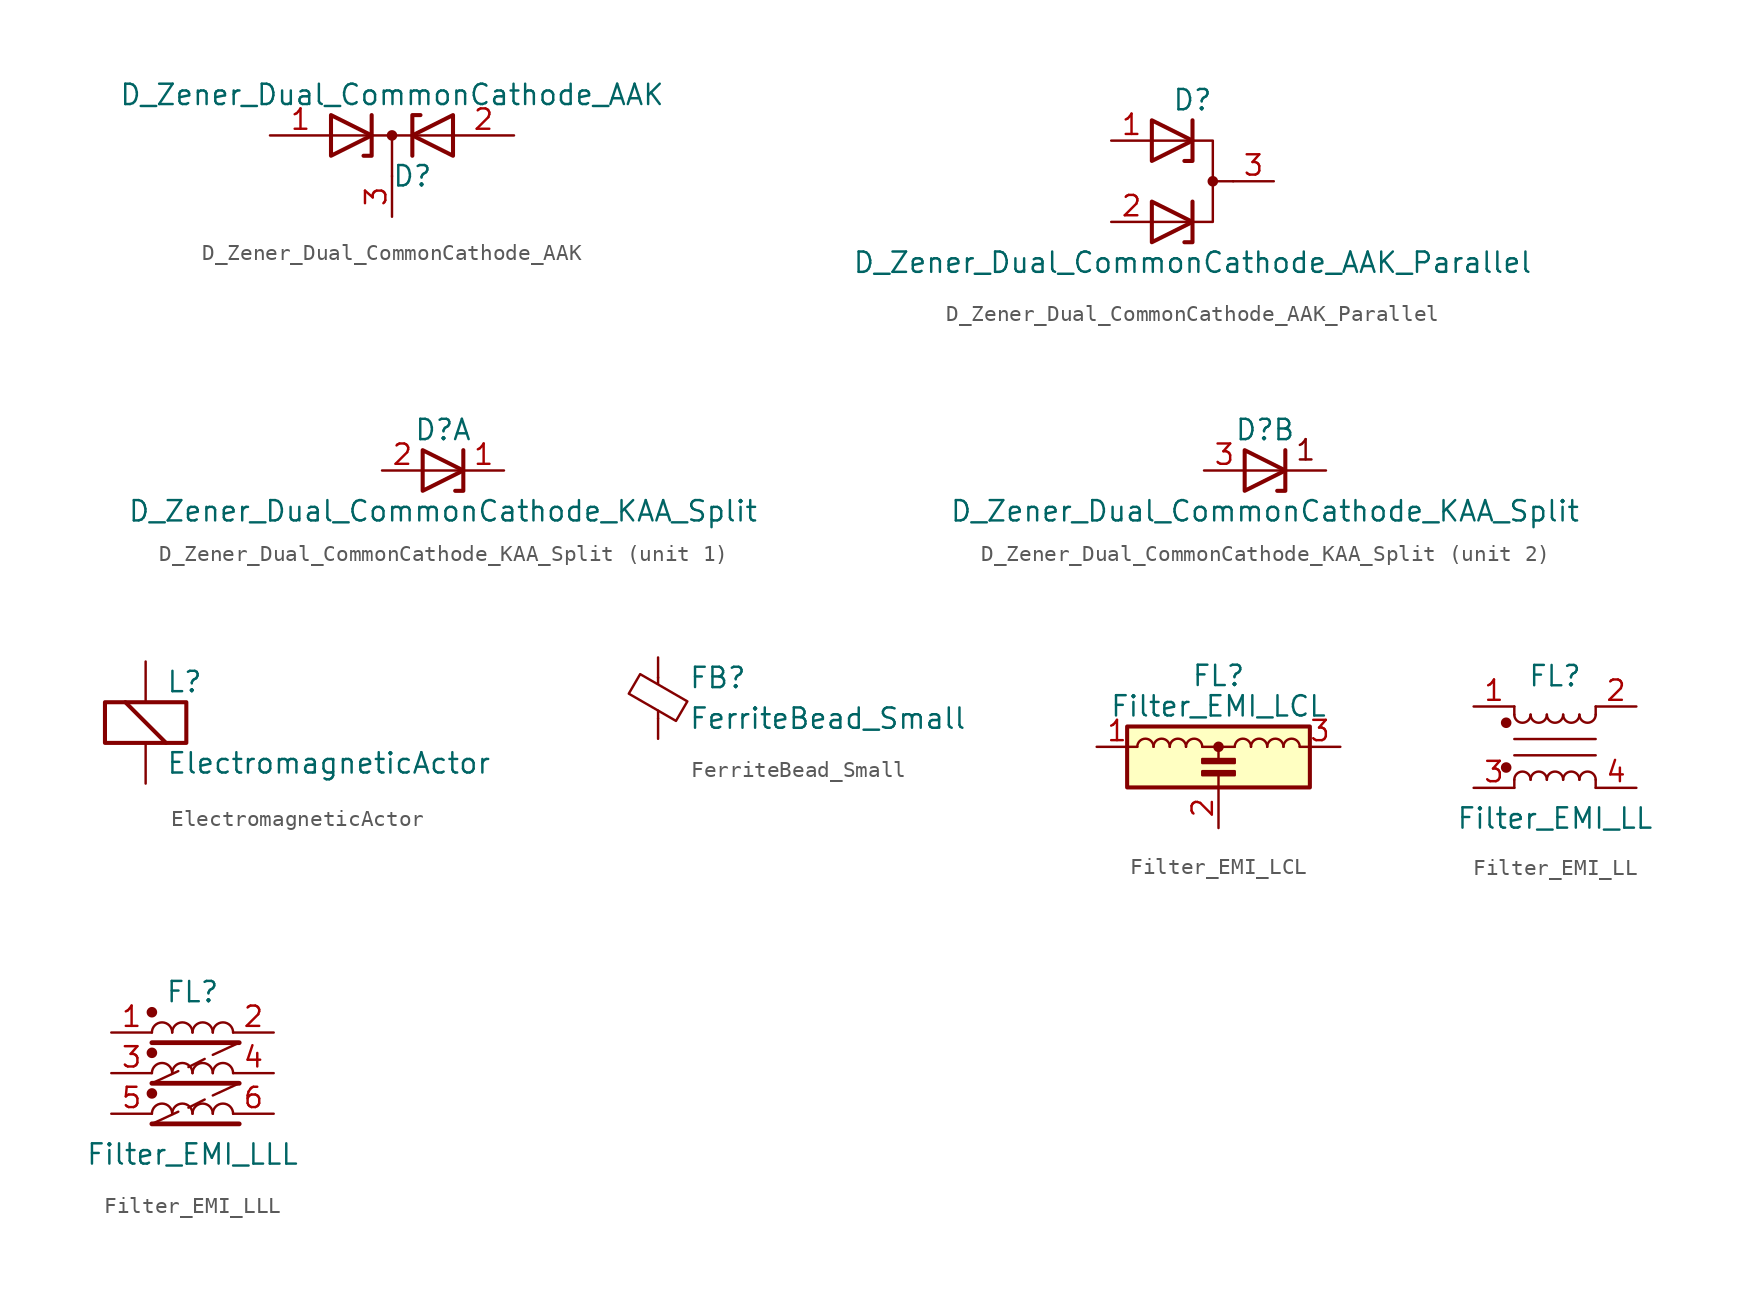
<source format=kicad_sym>
(kicad_symbol_lib
  (version 20220914)
  (generator kicad_symbol_editor)
  (symbol "D_Zener_Dual_CommonCathode_AAK"
    (pin_names
      (offset 0.762) hide)
    (property "Reference" "D"
      (at 1.27 -2.54 0)
      (effects (font (size 1.27 1.27))))
    (property "Value" "D_Zener_Dual_CommonCathode_AAK"
      (at 0 2.54 0)
      (effects (font (size 1.27 1.27))))
    (symbol "D_Zener_Dual_CommonCathode_AAK_0_1"
      (polyline (pts (xy -3.81 0) (xy 3.81 0)) (stroke (width 0) (type default)) (fill (type none)))
      (polyline (pts (xy 0 0) (xy 0 -2.54)) (stroke (width 0) (type default)) (fill (type none)))
      (polyline (pts (xy -1.27 1.27) (xy -1.27 -1.27) (xy -1.778 -1.27)) (stroke (width 0.254) (type default)) (fill (type none)))
      (polyline (pts (xy 1.27 -1.27) (xy 1.27 1.27) (xy 1.778 1.27)) (stroke (width 0.254) (type default)) (fill (type none)))
      (polyline (pts (xy -3.81 1.27) (xy -1.27 0) (xy -3.81 -1.27) (xy -3.81 1.27) (xy -3.81 1.27) (xy -3.81 1.27)) (stroke (width 0.254) (type default)) (fill (type none)))
      (polyline (pts (xy 3.81 -1.27) (xy 1.27 0) (xy 3.81 1.27) (xy 3.81 -1.27) (xy 3.81 -1.27) (xy 3.81 -1.27)) (stroke (width 0.254) (type default)) (fill (type none)))
      (circle (center 0 0) (radius 0.254) (stroke (width 0) (type default)) (fill (type outline)))
      (pin passive line (at -7.62 0 0) (length 3.81) (name "A" (effects (font (size 1.27 1.27)))) (number "1" (effects (font (size 1.27 1.27)))))
      (pin passive line (at 7.62 0 180) (length 3.81) (name "A" (effects (font (size 1.27 1.27)))) (number "2" (effects (font (size 1.27 1.27)))))
      (pin passive line (at 0 -5.08 90) (length 2.54) (name "K" (effects (font (size 1.27 1.27)))) (number "3" (effects (font (size 1.27 1.27)))))))
  (symbol "D_Zener_Dual_CommonCathode_AAK_Parallel"
    (pin_names
      (offset 0.762) hide)
    (property "Reference" "D"
      (at 0 5.08 0)
      (effects (font (size 1.27 1.27))))
    (property "Value" "D_Zener_Dual_CommonCathode_AAK_Parallel"
      (at 0 -5.08 0)
      (effects (font (size 1.27 1.27))))
    (symbol "D_Zener_Dual_CommonCathode_AAK_Parallel_0_0"
      (polyline (pts (xy 0 -1.27) (xy 0 -3.81) (xy -0.508 -3.81)) (stroke (width 0.254) (type default)) (fill (type none)))
      (polyline (pts (xy 0 3.81) (xy 0 1.27) (xy -0.508 1.27)) (stroke (width 0.254) (type default)) (fill (type none))))
    (symbol "D_Zener_Dual_CommonCathode_AAK_Parallel_0_1"
      (polyline (pts (xy 1.27 0) (xy 2.54 0)) (stroke (width 0) (type default)) (fill (type none)))
      (polyline (pts (xy -2.54 -2.54) (xy 1.27 -2.54) (xy 1.27 2.54) (xy -2.54 2.54)) (stroke (width 0) (type default)) (fill (type none)))
      (polyline (pts (xy -2.54 -1.27) (xy 0 -2.54) (xy -2.54 -3.81) (xy -2.54 -1.27) (xy -2.54 -1.27) (xy -2.54 -1.27)) (stroke (width 0.254) (type default)) (fill (type none)))
      (polyline (pts (xy -2.54 3.81) (xy 0 2.54) (xy -2.54 1.27) (xy -2.54 3.81) (xy -2.54 3.81) (xy -2.54 3.81)) (stroke (width 0.254) (type default)) (fill (type none)))
      (circle (center 1.27 0) (radius 0.254) (stroke (width 0) (type default)) (fill (type outline)))
      (pin passive line (at -5.08 2.54 0) (length 2.54) (name "K" (effects (font (size 1.27 1.27)))) (number "1" (effects (font (size 1.27 1.27)))))
      (pin passive line (at -5.08 -2.54 0) (length 2.54) (name "K" (effects (font (size 1.27 1.27)))) (number "2" (effects (font (size 1.27 1.27)))))
      (pin passive line (at 5.08 0 180) (length 2.54) (name "A" (effects (font (size 1.27 1.27)))) (number "3" (effects (font (size 1.27 1.27)))))))
  (symbol "D_Zener_Dual_CommonCathode_KAA_Split"
    (pin_names
      (offset 0.762) hide)
    (property "Reference" "D"
      (at 0 2.54 0)
      (effects (font (size 1.27 1.27))))
    (property "Value" "D_Zener_Dual_CommonCathode_KAA_Split"
      (at 0 -2.54 0)
      (effects (font (size 1.27 1.27))))
    (property "ki_locked" ""
      (at 0 0 0)
      (effects (font (size 1.27 1.27))))
    (symbol "D_Zener_Dual_CommonCathode_KAA_Split_0_0"
      (polyline (pts (xy 1.27 1.27) (xy 1.27 -1.27) (xy 0.762 -1.27)) (stroke (width 0.254) (type default)) (fill (type none))))
    (symbol "D_Zener_Dual_CommonCathode_KAA_Split_0_1"
      (polyline (pts (xy -1.27 1.27) (xy 1.27 0) (xy -1.27 -1.27) (xy -1.27 1.27) (xy -1.27 1.27) (xy -1.27 1.27)) (stroke (width 0.254) (type default)) (fill (type none))))
    (symbol "D_Zener_Dual_CommonCathode_KAA_Split_1_1"
      (polyline (pts (xy 1.27 0) (xy -1.27 0)) (stroke (width 0) (type default)) (fill (type none)))
      (pin passive line (at 3.81 0 180) (length 2.54) (name "K" (effects (font (size 1.27 1.27)))) (number "1" (effects (font (size 1.27 1.27)))))
      (pin passive line (at -3.81 0 0) (length 2.54) (name "A" (effects (font (size 1.27 1.27)))) (number "2" (effects (font (size 1.27 1.27))))))
    (symbol "D_Zener_Dual_CommonCathode_KAA_Split_2_0"
      (polyline (pts (xy 3.81 0) (xy -1.27 0)) (stroke (width 0) (type default)) (fill (type none)))
      (text "1" (at 2.54 1.27 0) (effects (font (size 1.27 1.27)))))
    (symbol "D_Zener_Dual_CommonCathode_KAA_Split_2_1"
      (pin passive line (at -3.81 0 0) (length 2.54) (name "K" (effects (font (size 1.27 1.27)))) (number "3" (effects (font (size 1.27 1.27)))))))
  (symbol "ElectromagneticActor"
    (pin_numbers hide)
    (pin_names
      (offset 0.025) hide)
    (property "Reference" "L"
      (at 1.27 3.81 0)
      (effects (font (size 1.27 1.27)) (justify left)))
    (property "Value" "ElectromagneticActor"
      (at 1.27 -1.27 0)
      (effects (font (size 1.27 1.27)) (justify left)))
    (symbol "ElectromagneticActor_0_1"
      (rectangle (start -2.54 2.54) (end 2.54 0) (stroke (width 0.254) (type default)) (fill (type none)))
      (polyline (pts (xy -1.27 2.54) (xy 1.27 0)) (stroke (width 0.254) (type default)) (fill (type none))))
    (symbol "ElectromagneticActor_1_1"
      (pin passive line (at 0 5.08 270) (length 2.54) (name "-" (effects (font (size 1.27 1.27)))) (number "1" (effects (font (size 1.27 1.27)))))
      (pin passive line (at 0 -2.54 90) (length 2.54) (name "+" (effects (font (size 1.27 1.27)))) (number "2" (effects (font (size 1.27 1.27)))))))
  (symbol "FerriteBead_Small"
    (pin_numbers hide)
    (pin_names
      (offset 0))
    (property "Reference" "FB"
      (at 1.905 1.27 0)
      (effects (font (size 1.27 1.27)) (justify left)))
    (property "Value" "FerriteBead_Small"
      (at 1.905 -1.27 0)
      (effects (font (size 1.27 1.27)) (justify left)))
    (symbol "FerriteBead_Small_0_1"
      (polyline (pts (xy 0 -1.27) (xy 0 -0.787)) (stroke (width 0) (type default)) (fill (type none)))
      (polyline (pts (xy 0 0.889) (xy 0 1.295)) (stroke (width 0) (type default)) (fill (type none)))
      (polyline (pts (xy -1.829 0.279) (xy -1.118 1.499) (xy 1.829 -0.203) (xy 1.118 -1.422) (xy -1.829 0.279)) (stroke (width 0) (type default)) (fill (type none))))
    (symbol "FerriteBead_Small_1_1"
      (pin passive line (at 0 2.54 270) (length 1.27) (name "~" (effects (font (size 1.27 1.27)))) (number "1" (effects (font (size 1.27 1.27)))))
      (pin passive line (at 0 -2.54 90) (length 1.27) (name "~" (effects (font (size 1.27 1.27)))) (number "2" (effects (font (size 1.27 1.27)))))))
  (symbol "Filter_EMI_LCL"
    (pin_names
      (offset 0.254) hide)
    (property "Reference" "FL"
      (at 0 6.985 0)
      (effects (font (size 1.27 1.27))))
    (property "Value" "Filter_EMI_LCL"
      (at 0 5.08 0)
      (effects (font (size 1.27 1.27))))
    (symbol "Filter_EMI_LCL_0_1"
      (rectangle (start -5.715 3.81) (end 5.715 0) (stroke (width 0.254) (type default)) (fill (type background)))
      (arc (start -4.064 2.54) (mid -4.572 3.0458) (end -5.08 2.54) (stroke (width 0) (type default)) (fill (type none)))
      (arc (start -3.048 2.54) (mid -3.556 3.0458) (end -4.064 2.54) (stroke (width 0) (type default)) (fill (type none)))
      (arc (start -2.032 2.54) (mid -2.54 3.0458) (end -3.048 2.54) (stroke (width 0) (type default)) (fill (type none)))
      (rectangle (start -1.016 0.762) (end 1.016 1.016) (stroke (width 0) (type default)) (fill (type outline)))
      (arc (start -1.016 2.54) (mid -1.524 3.0458) (end -2.032 2.54) (stroke (width 0) (type default)) (fill (type none)))
      (polyline (pts (xy -1.016 2.54) (xy 1.016 2.54)) (stroke (width 0) (type default)) (fill (type none)))
      (polyline (pts (xy 0 0.762) (xy 0 0)) (stroke (width 0) (type default)) (fill (type none)))
      (polyline (pts (xy 0 2.54) (xy 0 1.778)) (stroke (width 0) (type default)) (fill (type none)))
      (circle (center 0 2.54) (radius 0.254) (stroke (width 0) (type default)) (fill (type outline)))
      (rectangle (start 1.016 1.524) (end -1.016 1.778) (stroke (width 0) (type default)) (fill (type outline)))
      (arc (start 2.032 2.54) (mid 1.524 3.0458) (end 1.016 2.54) (stroke (width 0) (type default)) (fill (type none)))
      (arc (start 3.048 2.54) (mid 2.54 3.0458) (end 2.032 2.54) (stroke (width 0) (type default)) (fill (type none)))
      (arc (start 4.064 2.54) (mid 3.556 3.0458) (end 3.048 2.54) (stroke (width 0) (type default)) (fill (type none)))
      (arc (start 5.08 2.54) (mid 4.572 3.0458) (end 4.064 2.54) (stroke (width 0) (type default)) (fill (type none))))
    (symbol "Filter_EMI_LCL_1_1"
      (pin passive line (at -7.62 2.54 0) (length 2.54) (name "1" (effects (font (size 1.27 1.27)))) (number "1" (effects (font (size 1.27 1.27)))))
      (pin passive line (at 0 -2.54 90) (length 2.54) (name "2" (effects (font (size 1.27 1.27)))) (number "2" (effects (font (size 1.27 1.27)))))
      (pin passive line (at 7.62 2.54 180) (length 2.54) (name "3" (effects (font (size 1.27 1.27)))) (number "3" (effects (font (size 1.27 1.27)))))))
  (symbol "Filter_EMI_LL"
    (pin_names
      (offset 0.254) hide)
    (property "Reference" "FL"
      (at 0 4.445 0)
      (effects (font (size 1.27 1.27))))
    (property "Value" "Filter_EMI_LL"
      (at 0 -4.445 0)
      (effects (font (size 1.27 1.27))))
    (symbol "Filter_EMI_LL_0_1"
      (circle (center -3.048 -1.27) (radius 0.254) (stroke (width 0) (type default)) (fill (type outline)))
      (circle (center -3.048 1.524) (radius 0.254) (stroke (width 0) (type default)) (fill (type outline)))
      (arc (start -2.54 2.032) (mid -2.032 1.5262) (end -1.524 2.032) (stroke (width 0) (type default)) (fill (type none)))
      (arc (start -1.524 -2.032) (mid -2.032 -1.5262) (end -2.54 -2.032) (stroke (width 0) (type default)) (fill (type none)))
      (arc (start -1.524 2.032) (mid -1.016 1.5262) (end -0.508 2.032) (stroke (width 0) (type default)) (fill (type none)))
      (arc (start -0.508 -2.032) (mid -1.016 -1.5262) (end -1.524 -2.032) (stroke (width 0) (type default)) (fill (type none)))
      (arc (start -0.508 2.032) (mid 0 1.5262) (end 0.508 2.032) (stroke (width 0) (type default)) (fill (type none)))
      (polyline (pts (xy -2.54 -2.032) (xy -2.54 -2.54)) (stroke (width 0) (type default)) (fill (type none)))
      (polyline (pts (xy -2.54 0.508) (xy 2.54 0.508)) (stroke (width 0) (type default)) (fill (type none)))
      (polyline (pts (xy -2.54 2.032) (xy -2.54 2.54)) (stroke (width 0) (type default)) (fill (type none)))
      (polyline (pts (xy 2.54 -2.032) (xy 2.54 -2.54)) (stroke (width 0) (type default)) (fill (type none)))
      (polyline (pts (xy 2.54 -0.508) (xy -2.54 -0.508)) (stroke (width 0) (type default)) (fill (type none)))
      (polyline (pts (xy 2.54 2.54) (xy 2.54 2.032)) (stroke (width 0) (type default)) (fill (type none)))
      (arc (start 0.508 -2.032) (mid 0 -1.5262) (end -0.508 -2.032) (stroke (width 0) (type default)) (fill (type none)))
      (arc (start 0.508 2.032) (mid 1.016 1.5262) (end 1.524 2.032) (stroke (width 0) (type default)) (fill (type none)))
      (arc (start 1.524 -2.032) (mid 1.016 -1.5262) (end 0.508 -2.032) (stroke (width 0) (type default)) (fill (type none)))
      (arc (start 1.524 2.032) (mid 2.032 1.5262) (end 2.54 2.032) (stroke (width 0) (type default)) (fill (type none)))
      (arc (start 2.54 -2.032) (mid 2.032 -1.5262) (end 1.524 -2.032) (stroke (width 0) (type default)) (fill (type none))))
    (symbol "Filter_EMI_LL_1_1"
      (pin passive line (at -5.08 2.54 0) (length 2.54) (name "1" (effects (font (size 1.27 1.27)))) (number "1" (effects (font (size 1.27 1.27)))))
      (pin passive line (at 5.08 2.54 180) (length 2.54) (name "2" (effects (font (size 1.27 1.27)))) (number "2" (effects (font (size 1.27 1.27)))))
      (pin passive line (at -5.08 -2.54 0) (length 2.54) (name "3" (effects (font (size 1.27 1.27)))) (number "3" (effects (font (size 1.27 1.27)))))
      (pin passive line (at 5.08 -2.54 180) (length 2.54) (name "4" (effects (font (size 1.27 1.27)))) (number "4" (effects (font (size 1.27 1.27)))))))
  (symbol "Filter_EMI_LLL"
    (pin_names hide)
    (property "Reference" "FL"
      (at 0 5.08 0)
      (effects (font (size 1.27 1.27))))
    (property "Value" "Filter_EMI_LLL"
      (at 0 -5.08 0)
      (effects (font (size 1.27 1.27))))
    (symbol "Filter_EMI_LLL_0_1"
      (circle (center -2.54 -1.27) (radius 0.254) (stroke (width 0) (type default)) (fill (type outline)))
      (circle (center -2.54 1.27) (radius 0.254) (stroke (width 0) (type default)) (fill (type outline)))
      (circle (center -2.54 3.81) (radius 0.254) (stroke (width 0) (type default)) (fill (type outline)))
      (arc (start -1.27 -2.54) (mid -1.905 -1.9077) (end -2.54 -2.54) (stroke (width 0) (type default)) (fill (type none)))
      (arc (start -1.27 0) (mid -1.905 0.6323) (end -2.54 0) (stroke (width 0) (type default)) (fill (type none)))
      (arc (start -1.27 2.54) (mid -1.905 3.1723) (end -2.54 2.54) (stroke (width 0) (type default)) (fill (type none)))
      (arc (start 0 -2.54) (mid -0.635 -1.9077) (end -1.27 -2.54) (stroke (width 0) (type default)) (fill (type none)))
      (arc (start 0 0) (mid -0.635 0.6323) (end -1.27 0) (stroke (width 0) (type default)) (fill (type none)))
      (polyline (pts (xy -2.54 -3.175) (xy 2.921 -3.175)) (stroke (width 0.3) (type default)) (fill (type none)))
      (polyline (pts (xy -2.54 -0.635) (xy 2.921 -0.635)) (stroke (width 0.3) (type default)) (fill (type none)))
      (polyline (pts (xy -2.54 1.905) (xy 2.921 1.905)) (stroke (width 0.3) (type default)) (fill (type none)))
      (polyline (pts (xy -0.889 -2.413) (xy -2.54 -3.175)) (stroke (width 0.152) (type default)) (fill (type none)))
      (polyline (pts (xy -0.889 0.127) (xy -2.54 -0.635)) (stroke (width 0.152) (type default)) (fill (type none)))
      (polyline (pts (xy 0.762 -1.651) (xy -0.254 -2.159)) (stroke (width 0.152) (type default)) (fill (type none)))
      (polyline (pts (xy 0.762 0.889) (xy -0.254 0.381)) (stroke (width 0.152) (type default)) (fill (type none)))
      (polyline (pts (xy 2.921 -0.635) (xy 1.27 -1.397)) (stroke (width 0.152) (type default)) (fill (type none)))
      (polyline (pts (xy 2.921 1.905) (xy 1.27 1.143)) (stroke (width 0.152) (type default)) (fill (type none)))
      (arc (start 0 2.54) (mid -0.635 3.1723) (end -1.27 2.54) (stroke (width 0) (type default)) (fill (type none)))
      (arc (start 1.27 -2.54) (mid 0.635 -1.9077) (end 0 -2.54) (stroke (width 0) (type default)) (fill (type none)))
      (arc (start 1.27 0) (mid 0.635 0.6323) (end 0 0) (stroke (width 0) (type default)) (fill (type none)))
      (arc (start 1.27 2.54) (mid 0.635 3.1723) (end 0 2.54) (stroke (width 0) (type default)) (fill (type none)))
      (arc (start 2.54 -2.54) (mid 1.905 -1.9077) (end 1.27 -2.54) (stroke (width 0) (type default)) (fill (type none)))
      (arc (start 2.54 0) (mid 1.905 0.6323) (end 1.27 0) (stroke (width 0) (type default)) (fill (type none)))
      (arc (start 2.54 2.54) (mid 1.905 3.1723) (end 1.27 2.54) (stroke (width 0) (type default)) (fill (type none))))
    (symbol "Filter_EMI_LLL_1_1"
      (pin passive line (at -5.08 2.54 0) (length 2.54) (name "1" (effects (font (size 1.27 1.27)))) (number "1" (effects (font (size 1.27 1.27)))))
      (pin passive line (at 5.08 2.54 180) (length 2.54) (name "2" (effects (font (size 1.27 1.27)))) (number "2" (effects (font (size 1.27 1.27)))))
      (pin passive line (at -5.08 0 0) (length 2.54) (name "3" (effects (font (size 1.27 1.27)))) (number "3" (effects (font (size 1.27 1.27)))))
      (pin passive line (at 5.08 0 180) (length 2.54) (name "4" (effects (font (size 1.27 1.27)))) (number "4" (effects (font (size 1.27 1.27)))))
      (pin passive line (at -5.08 -2.54 0) (length 2.54) (name "5" (effects (font (size 1.27 1.27)))) (number "5" (effects (font (size 1.27 1.27)))))
      (pin passive line (at 5.08 -2.54 180) (length 2.54) (name "6" (effects (font (size 1.27 1.27)))) (number "6" (effects (font (size 1.27 1.27))))))))
</source>
